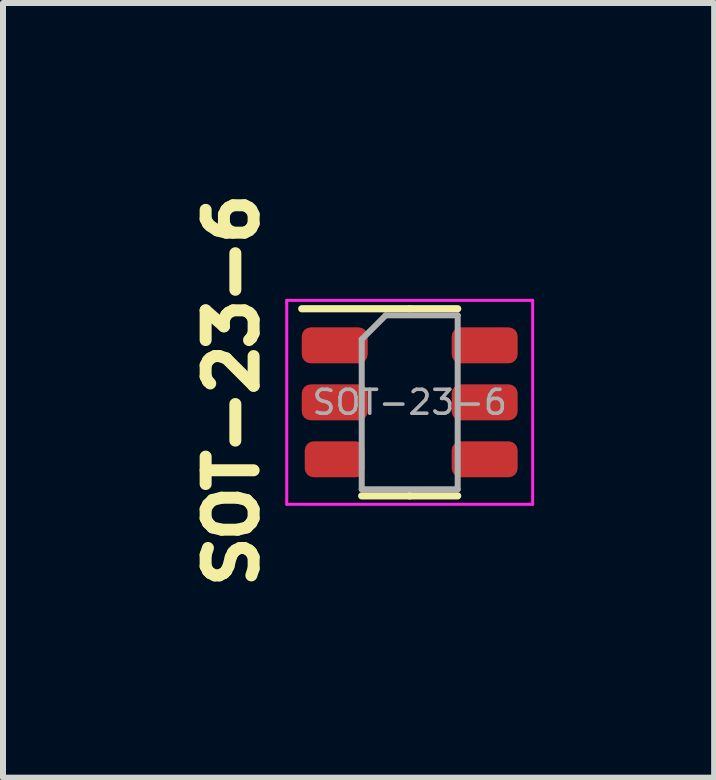
<source format=kicad_pcb>
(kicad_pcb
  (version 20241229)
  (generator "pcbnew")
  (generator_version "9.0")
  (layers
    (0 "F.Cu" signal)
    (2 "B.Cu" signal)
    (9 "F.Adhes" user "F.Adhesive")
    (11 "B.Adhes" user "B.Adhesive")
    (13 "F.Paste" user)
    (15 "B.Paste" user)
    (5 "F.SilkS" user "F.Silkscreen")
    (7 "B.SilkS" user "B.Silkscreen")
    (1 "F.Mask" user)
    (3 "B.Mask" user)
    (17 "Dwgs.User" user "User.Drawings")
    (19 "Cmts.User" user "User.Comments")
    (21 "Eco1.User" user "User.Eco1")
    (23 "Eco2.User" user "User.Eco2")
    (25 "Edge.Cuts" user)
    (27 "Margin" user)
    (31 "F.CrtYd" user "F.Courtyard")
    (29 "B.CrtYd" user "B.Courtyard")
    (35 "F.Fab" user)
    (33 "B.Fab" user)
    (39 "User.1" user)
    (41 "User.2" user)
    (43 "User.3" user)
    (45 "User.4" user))
  (footprint "SOT-23-6"
    (layer "F.Cu")
    (at 3.781 3.658)
    (property "Reference" "SOT-23-6" (at -2.962 -0.2 90) (layer "F.SilkS") (effects (font (size 0.8 0.8) (thickness 0.2) (bold yes))))
    (attr smd)
    (fp_line (start 0 -1.56) (end -1.8 -1.56) (stroke (width 0.12) (type solid)) (layer "F.SilkS"))
    (fp_line (start 0 -1.56) (end 0.8 -1.56) (stroke (width 0.12) (type solid)) (layer "F.SilkS"))
    (fp_line (start 0 1.56) (end -0.8 1.56) (stroke (width 0.12) (type solid)) (layer "F.SilkS"))
    (fp_line (start 0 1.56) (end 0.8 1.56) (stroke (width 0.12) (type solid)) (layer "F.SilkS"))
    (fp_line (start -2.05 -1.7) (end -2.05 1.7) (stroke (width 0.05) (type solid)) (layer "F.CrtYd"))
    (fp_line (start -2.05 1.7) (end 2.05 1.7) (stroke (width 0.05) (type solid)) (layer "F.CrtYd"))
    (fp_line (start 2.05 -1.7) (end -2.05 -1.7) (stroke (width 0.05) (type solid)) (layer "F.CrtYd"))
    (fp_line (start 2.05 1.7) (end 2.05 -1.7) (stroke (width 0.05) (type solid)) (layer "F.CrtYd"))
    (fp_line (start -0.8 -1.05) (end -0.4 -1.45) (stroke (width 0.1) (type solid)) (layer "F.Fab"))
    (fp_line (start -0.8 1.45) (end -0.8 -1.05) (stroke (width 0.1) (type solid)) (layer "F.Fab"))
    (fp_line (start -0.4 -1.45) (end 0.8 -1.45) (stroke (width 0.1) (type solid)) (layer "F.Fab"))
    (fp_line (start 0.8 -1.45) (end 0.8 1.45) (stroke (width 0.1) (type solid)) (layer "F.Fab"))
    (fp_line (start 0.8 1.45) (end -0.8 1.45) (stroke (width 0.1) (type solid)) (layer "F.Fab"))
    (fp_text user "${REFERENCE}" (at 0 0 180) (layer "F.Fab") (effects (font (size 0.4 0.4) (thickness 0.06))))
    (pad "1" smd roundrect (at -1.25 -0.95) (size 1.1 0.6) (layers "F.Cu" "F.Mask" "F.Paste") (roundrect_rratio 0.25))
    (pad "2" smd roundrect (at -1.25 0) (size 1.1 0.6) (layers "F.Cu" "F.Mask" "F.Paste") (roundrect_rratio 0.25))
    (pad "3" smd roundrect (at -1.25 0.95) (size 1 0.6) (layers "F.Cu" "F.Mask" "F.Paste") (roundrect_rratio 0.25))
    (pad "4" smd roundrect (at 1.25 0.95) (size 1.1 0.6) (layers "F.Cu" "F.Mask" "F.Paste") (roundrect_rratio 0.25))
    (pad "5" smd roundrect (at 1.25 0) (size 1.1 0.6) (layers "F.Cu" "F.Mask" "F.Paste") (roundrect_rratio 0.25))
    (pad "6" smd roundrect (at 1.25 -0.95) (size 1.1 0.6) (layers "F.Cu" "F.Mask" "F.Paste") (roundrect_rratio 0.25)))
  (gr_rect
    (start -3 -3)
    (end 8.857 9.916)
    (stroke (width 0.1) (type default))
    (fill no)
    (layer "Edge.Cuts")))
</source>
